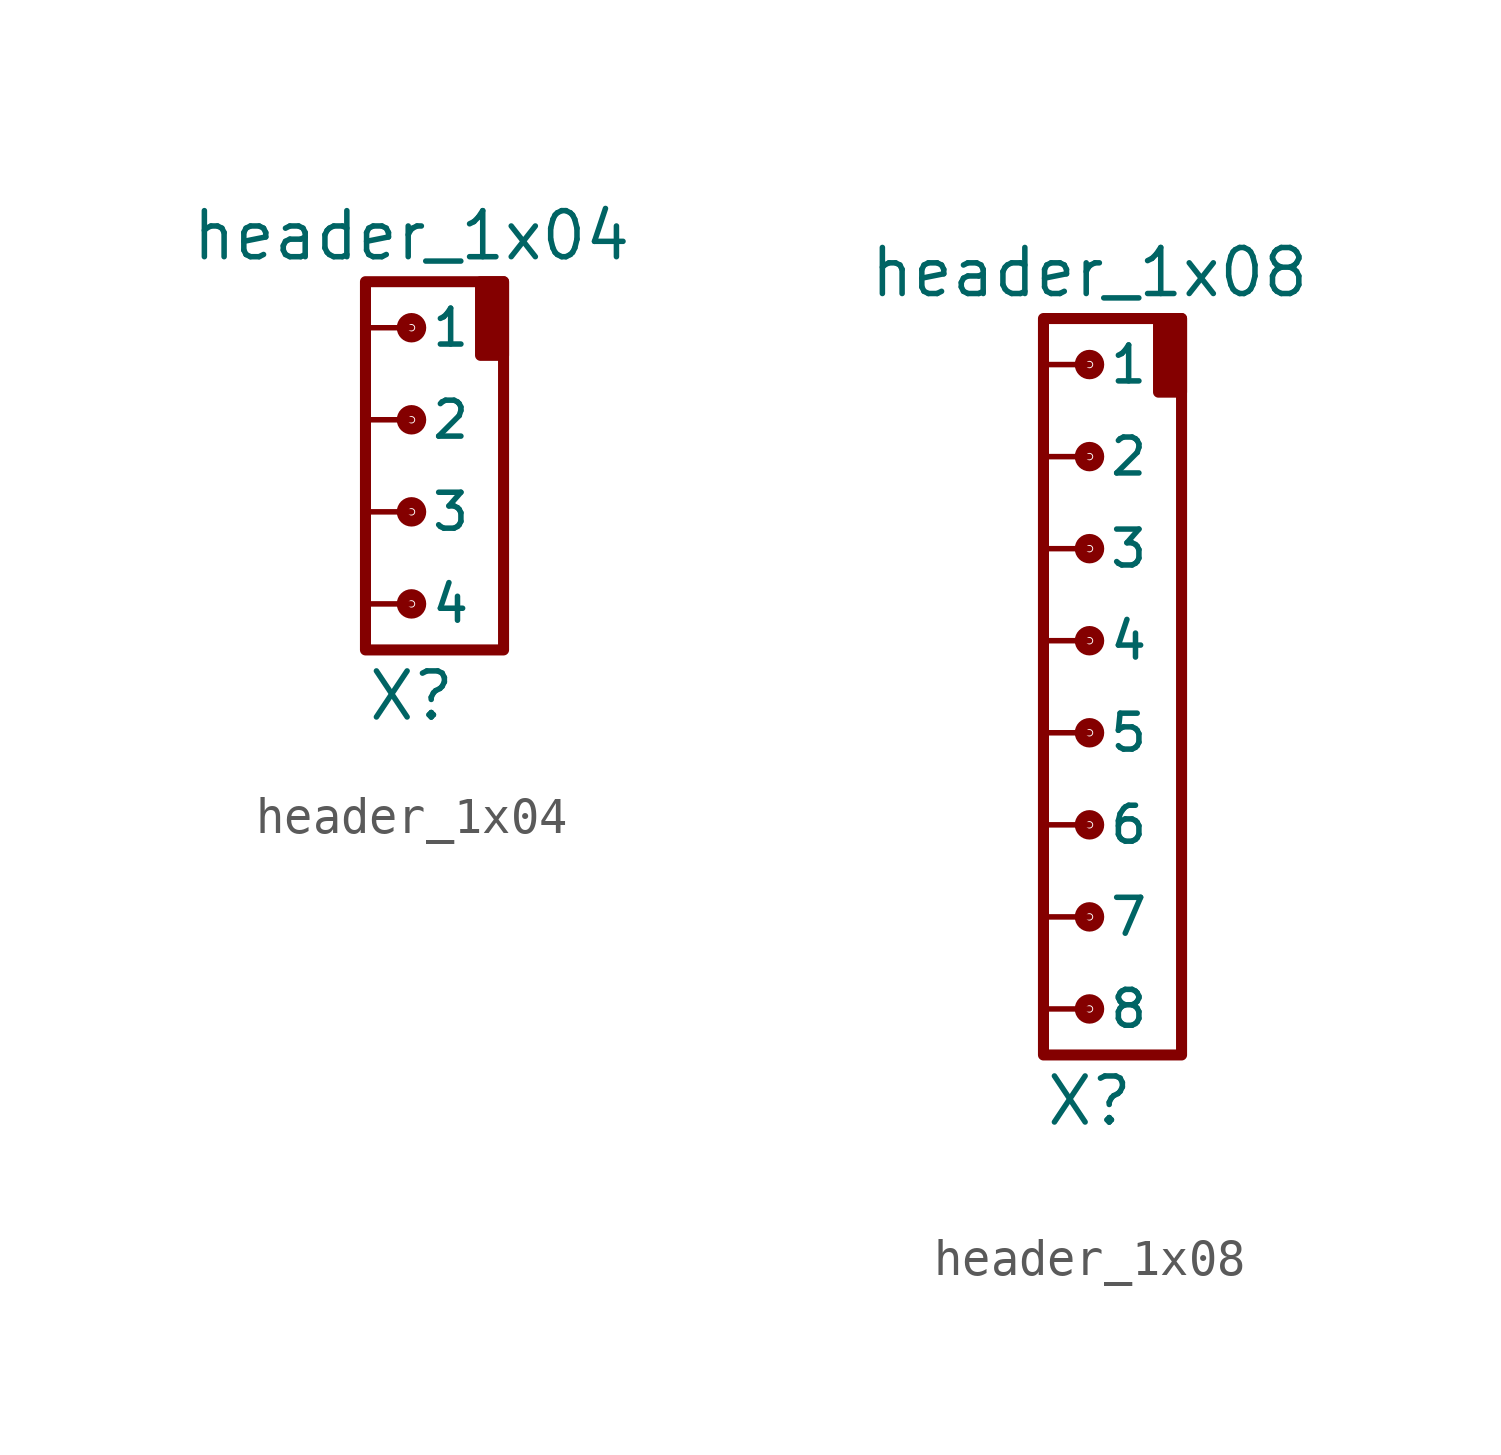
<source format=kicad_sym>
(kicad_symbol_lib
  (version 20211014)
  (generator kicad_symbol_editor)
  (symbol "header_1x04"
    (pin_numbers hide)
    (property "Reference" "X"
      (at 0 -6.35 0)
      (effects (font (size 1.27 1.27))))
    (property "Value" "header_1x04"
      (at 0 6.35 0)
      (effects (font (size 1.27 1.27))))
    (symbol "header_1x04_0_1"
      (rectangle (start -1.27 5.08) (end 2.54 -5.08) (stroke (width 0.305) (type default) (color 0 0 0 0)) (fill (type none)))
      (circle (center 0 -3.81) (radius 0.254) (stroke (width 0.305) (type default) (color 0 0 0 0)) (fill (type none)))
      (circle (center 0 -1.27) (radius 0.254) (stroke (width 0.305) (type default) (color 0 0 0 0)) (fill (type none)))
      (circle (center 0 1.27) (radius 0.254) (stroke (width 0.305) (type default) (color 0 0 0 0)) (fill (type none)))
      (circle (center 0 3.81) (radius 0.254) (stroke (width 0.305) (type default) (color 0 0 0 0)) (fill (type none)))
      (rectangle (start 2.54 5.08) (end 1.905 3.048) (stroke (width 0.305) (type default) (color 0 0 0 0)) (fill (type outline))))
    (symbol "header_1x04_1_1"
      (pin input line (at -1.27 3.81 0) (length 1.27) (name "1" (effects (font (size 0.991 0.991)))) (number "1" (effects (font (size 0.787 0.787)))))
      (pin input line (at -1.27 1.27 0) (length 1.27) (name "2" (effects (font (size 0.991 0.991)))) (number "2" (effects (font (size 0.787 0.787)))))
      (pin input line (at -1.27 -1.27 0) (length 1.27) (name "3" (effects (font (size 0.991 0.991)))) (number "3" (effects (font (size 0.787 0.787)))))
      (pin input line (at -1.27 -3.81 0) (length 1.27) (name "4" (effects (font (size 0.991 0.991)))) (number "4" (effects (font (size 0.787 0.787)))))))
  (symbol "header_1x08"
    (pin_numbers hide)
    (property "Reference" "X"
      (at 0 -11.43 0)
      (effects (font (size 1.27 1.27))))
    (property "Value" "header_1x08"
      (at 0 11.43 0)
      (effects (font (size 1.27 1.27))))
    (symbol "header_1x08_0_1"
      (rectangle (start -1.27 10.16) (end 2.54 -10.16) (stroke (width 0.305) (type default) (color 0 0 0 0)) (fill (type none)))
      (circle (center 0 -8.89) (radius 0.254) (stroke (width 0.305) (type default) (color 0 0 0 0)) (fill (type none)))
      (circle (center 0 -6.35) (radius 0.254) (stroke (width 0.305) (type default) (color 0 0 0 0)) (fill (type none)))
      (circle (center 0 -3.81) (radius 0.254) (stroke (width 0.305) (type default) (color 0 0 0 0)) (fill (type none)))
      (circle (center 0 -1.27) (radius 0.254) (stroke (width 0.305) (type default) (color 0 0 0 0)) (fill (type none)))
      (circle (center 0 1.27) (radius 0.254) (stroke (width 0.305) (type default) (color 0 0 0 0)) (fill (type none)))
      (circle (center 0 3.81) (radius 0.254) (stroke (width 0.305) (type default) (color 0 0 0 0)) (fill (type none)))
      (circle (center 0 6.35) (radius 0.254) (stroke (width 0.305) (type default) (color 0 0 0 0)) (fill (type none)))
      (circle (center 0 8.89) (radius 0.254) (stroke (width 0.305) (type default) (color 0 0 0 0)) (fill (type none)))
      (rectangle (start 2.54 10.16) (end 1.905 8.128) (stroke (width 0.305) (type default) (color 0 0 0 0)) (fill (type outline))))
    (symbol "header_1x08_1_1"
      (pin input line (at -1.27 8.89 0) (length 1.27) (name "1" (effects (font (size 0.991 0.991)))) (number "1" (effects (font (size 0.787 0.787)))))
      (pin input line (at -1.27 6.35 0) (length 1.27) (name "2" (effects (font (size 0.991 0.991)))) (number "2" (effects (font (size 0.787 0.787)))))
      (pin input line (at -1.27 3.81 0) (length 1.27) (name "3" (effects (font (size 0.991 0.991)))) (number "3" (effects (font (size 0.787 0.787)))))
      (pin input line (at -1.27 1.27 0) (length 1.27) (name "4" (effects (font (size 0.991 0.991)))) (number "4" (effects (font (size 0.787 0.787)))))
      (pin input line (at -1.27 -1.27 0) (length 1.27) (name "5" (effects (font (size 0.991 0.991)))) (number "5" (effects (font (size 0.787 0.787)))))
      (pin input line (at -1.27 -3.81 0) (length 1.27) (name "6" (effects (font (size 0.991 0.991)))) (number "6" (effects (font (size 0.787 0.787)))))
      (pin input line (at -1.27 -6.35 0) (length 1.27) (name "7" (effects (font (size 0.991 0.991)))) (number "7" (effects (font (size 0.787 0.787)))))
      (pin input line (at -1.27 -8.89 0) (length 1.27) (name "8" (effects (font (size 0.991 0.991)))) (number "8" (effects (font (size 0.787 0.787))))))))
</source>
